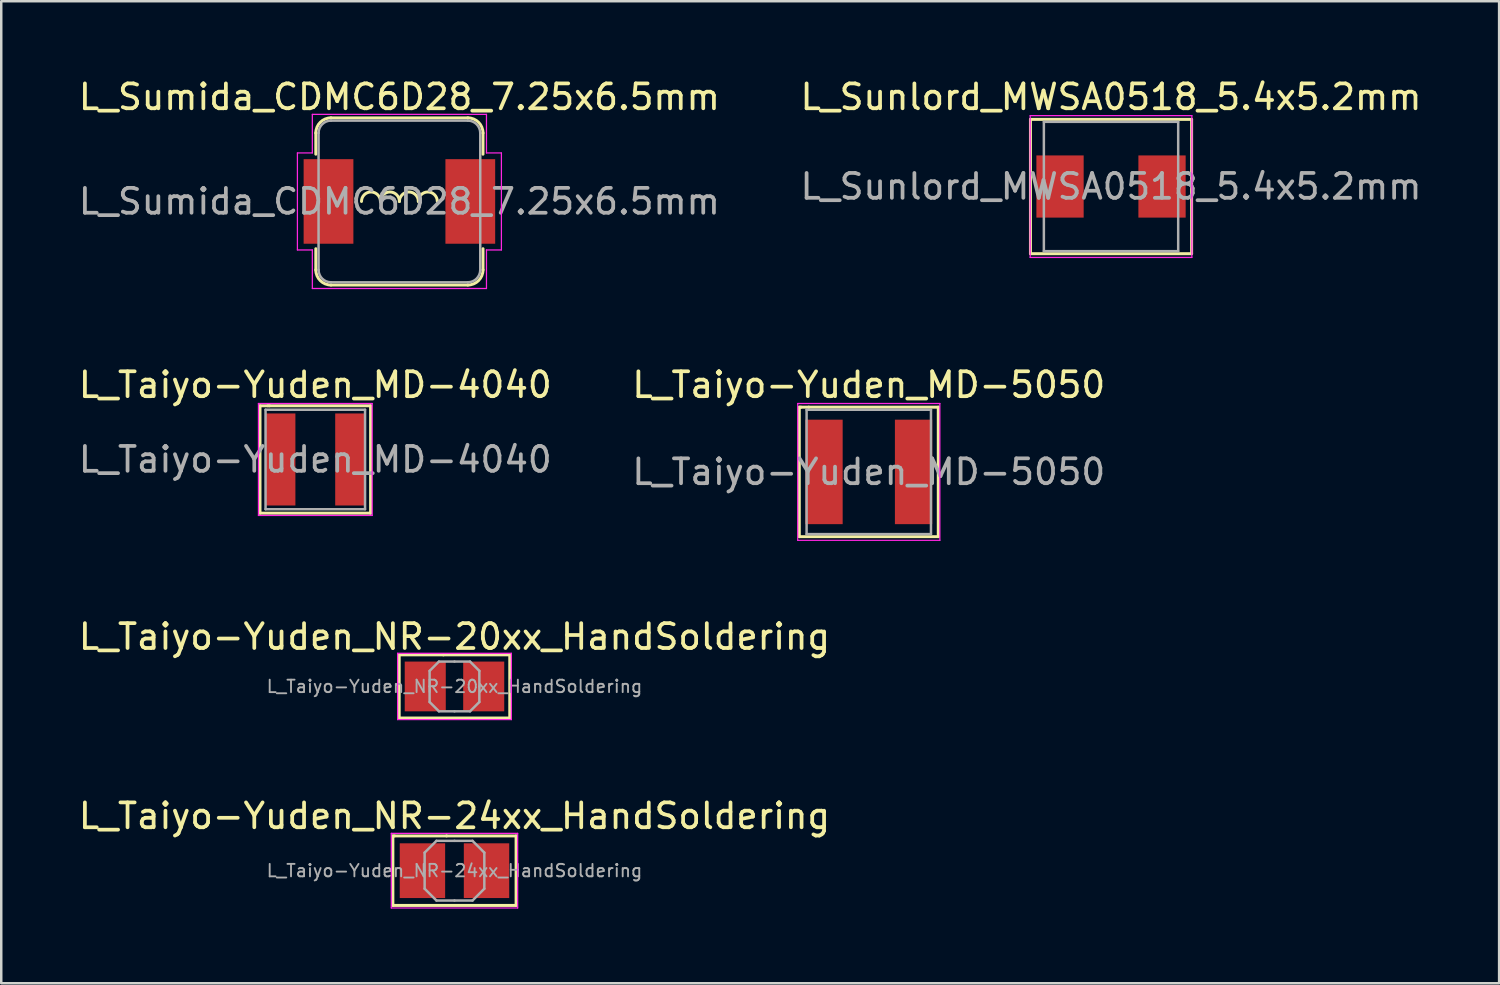
<source format=kicad_pcb>
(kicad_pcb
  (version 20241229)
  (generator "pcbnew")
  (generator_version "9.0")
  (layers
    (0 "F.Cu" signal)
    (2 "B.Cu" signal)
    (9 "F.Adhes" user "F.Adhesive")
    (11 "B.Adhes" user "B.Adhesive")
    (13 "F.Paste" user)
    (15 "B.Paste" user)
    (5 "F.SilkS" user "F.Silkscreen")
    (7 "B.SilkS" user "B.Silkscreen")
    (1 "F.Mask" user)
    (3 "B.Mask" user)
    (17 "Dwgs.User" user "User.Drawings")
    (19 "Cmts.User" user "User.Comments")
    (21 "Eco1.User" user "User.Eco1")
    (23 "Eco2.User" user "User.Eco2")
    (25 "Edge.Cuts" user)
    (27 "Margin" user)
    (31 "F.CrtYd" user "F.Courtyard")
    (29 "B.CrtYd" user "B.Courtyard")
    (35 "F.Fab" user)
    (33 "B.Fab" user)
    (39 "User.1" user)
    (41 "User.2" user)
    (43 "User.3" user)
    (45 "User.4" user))
  (footprint "L_Taiyo-Yuden_MD-4040"
    (layer "F.Cu")
    (at 9.625 15.421)
    (property "Reference" "L_Taiyo-Yuden_MD-4040" (at 0 -3 0) (layer "F.SilkS") (effects (font (size 1 1) (thickness 0.15))))
    (attr smd)
    (fp_line (start -2.223 -2.159) (end -2.223 2.159) (stroke (width 0.12) (type solid)) (layer "F.SilkS"))
    (fp_line (start -2.223 2.159) (end 2.223 2.159) (stroke (width 0.12) (type solid)) (layer "F.SilkS"))
    (fp_line (start -1.905 -2.159) (end -2.223 -2.159) (stroke (width 0.12) (type solid)) (layer "F.SilkS"))
    (fp_line (start -1.841 -2.159) (end -1.905 -2.159) (stroke (width 0.12) (type solid)) (layer "F.SilkS"))
    (fp_line (start 2.223 -2.159) (end -1.841 -2.159) (stroke (width 0.12) (type solid)) (layer "F.SilkS"))
    (fp_line (start 2.223 2.159) (end 2.223 -2.159) (stroke (width 0.12) (type solid)) (layer "F.SilkS"))
    (fp_line (start -2.286 -2.25) (end -2.286 2.25) (stroke (width 0.05) (type solid)) (layer "F.CrtYd"))
    (fp_line (start -2.286 2.25) (end 2.286 2.25) (stroke (width 0.05) (type solid)) (layer "F.CrtYd"))
    (fp_line (start 2.286 -2.25) (end -2.286 -2.25) (stroke (width 0.05) (type solid)) (layer "F.CrtYd"))
    (fp_line (start 2.286 2.25) (end 2.286 -2.25) (stroke (width 0.05) (type solid)) (layer "F.CrtYd"))
    (fp_line (start -2 -2) (end -2 2) (stroke (width 0.1) (type solid)) (layer "F.Fab"))
    (fp_line (start -2 2) (end 2 2) (stroke (width 0.1) (type solid)) (layer "F.Fab"))
    (fp_line (start 2 -2) (end -2 -2) (stroke (width 0.1) (type solid)) (layer "F.Fab"))
    (fp_line (start 2 2) (end 2 -2) (stroke (width 0.1) (type solid)) (layer "F.Fab"))
    (fp_text user "${REFERENCE}" (at 0 0 0) (layer "F.Fab") (effects (font (size 1 1) (thickness 0.15))))
    (pad "1" smd rect (at -1.4 0) (size 1.2 3.7) (layers "F.Cu" "F.Mask" "F.Paste"))
    (pad "2" smd rect (at 1.4 0) (size 1.2 3.7) (layers "F.Cu" "F.Mask" "F.Paste")))
  (footprint "L_Taiyo-Yuden_NR-24xx_HandSoldering"
    (layer "F.Cu")
    (at 15.22 31.951)
    (property "Reference" "L_Taiyo-Yuden_NR-24xx_HandSoldering" (at 0 -2.2 0) (layer "F.SilkS") (effects (font (size 1 1) (thickness 0.15))))
    (attr smd)
    (fp_line (start -2.477 -1.397) (end -2.477 1.397) (stroke (width 0.12) (type solid)) (layer "F.SilkS"))
    (fp_line (start -2.477 1.397) (end 2.477 1.397) (stroke (width 0.12) (type solid)) (layer "F.SilkS"))
    (fp_line (start -2.413 -1.397) (end -2.477 -1.397) (stroke (width 0.12) (type solid)) (layer "F.SilkS"))
    (fp_line (start -0.318 -1.397) (end -2.413 -1.397) (stroke (width 0.12) (type solid)) (layer "F.SilkS"))
    (fp_line (start 2.477 -1.397) (end -0.318 -1.397) (stroke (width 0.12) (type solid)) (layer "F.SilkS"))
    (fp_line (start 2.477 1.397) (end 2.477 -1.397) (stroke (width 0.12) (type solid)) (layer "F.SilkS"))
    (fp_line (start -2.54 -1.5) (end -2.54 1.5) (stroke (width 0.05) (type solid)) (layer "F.CrtYd"))
    (fp_line (start -2.54 1.5) (end 2.54 1.5) (stroke (width 0.05) (type solid)) (layer "F.CrtYd"))
    (fp_line (start 2.54 -1.5) (end -2.54 -1.5) (stroke (width 0.05) (type solid)) (layer "F.CrtYd"))
    (fp_line (start 2.54 1.5) (end 2.54 -1.5) (stroke (width 0.05) (type solid)) (layer "F.CrtYd"))
    (fp_line (start -1.2 -0.725) (end -0.725 -1.2) (stroke (width 0.1) (type solid)) (layer "F.Fab"))
    (fp_line (start -1.2 0) (end -1.2 -0.725) (stroke (width 0.1) (type solid)) (layer "F.Fab"))
    (fp_line (start -1.2 0) (end -1.2 0.725) (stroke (width 0.1) (type solid)) (layer "F.Fab"))
    (fp_line (start -1.2 0.725) (end -0.725 1.2) (stroke (width 0.1) (type solid)) (layer "F.Fab"))
    (fp_line (start -0.725 -1.2) (end 0 -1.2) (stroke (width 0.1) (type solid)) (layer "F.Fab"))
    (fp_line (start -0.725 1.2) (end 0 1.2) (stroke (width 0.1) (type solid)) (layer "F.Fab"))
    (fp_line (start 0.725 -1.2) (end 0 -1.2) (stroke (width 0.1) (type solid)) (layer "F.Fab"))
    (fp_line (start 0.725 1.2) (end 0 1.2) (stroke (width 0.1) (type solid)) (layer "F.Fab"))
    (fp_line (start 1.2 -0.725) (end 0.725 -1.2) (stroke (width 0.1) (type solid)) (layer "F.Fab"))
    (fp_line (start 1.2 0) (end 1.2 -0.725) (stroke (width 0.1) (type solid)) (layer "F.Fab"))
    (fp_line (start 1.2 0) (end 1.2 0.725) (stroke (width 0.1) (type solid)) (layer "F.Fab"))
    (fp_line (start 1.2 0.725) (end 0.725 1.2) (stroke (width 0.1) (type solid)) (layer "F.Fab"))
    (fp_text user "${REFERENCE}" (at 0 0 0) (layer "F.Fab") (effects (font (size 0.5 0.5) (thickness 0.075))))
    (pad "1" smd rect (at -1.288 0) (size 1.825 2.2) (layers "F.Cu" "F.Mask" "F.Paste"))
    (pad "2" smd rect (at 1.288 0) (size 1.825 2.2) (layers "F.Cu" "F.Mask" "F.Paste")))
  (footprint "L_Taiyo-Yuden_MD-5050"
    (layer "F.Cu")
    (at 31.875 15.921)
    (property "Reference" "L_Taiyo-Yuden_MD-5050" (at 0 -3.5 0) (layer "F.SilkS") (effects (font (size 1 1) (thickness 0.15))))
    (attr smd)
    (fp_line (start -2.794 -2.603) (end -2.794 2.603) (stroke (width 0.12) (type solid)) (layer "F.SilkS"))
    (fp_line (start -2.794 2.603) (end 2.794 2.603) (stroke (width 0.12) (type solid)) (layer "F.SilkS"))
    (fp_line (start -2.731 -2.603) (end -2.794 -2.603) (stroke (width 0.12) (type solid)) (layer "F.SilkS"))
    (fp_line (start -2.413 -2.603) (end -2.731 -2.603) (stroke (width 0.12) (type solid)) (layer "F.SilkS"))
    (fp_line (start 2.794 -2.603) (end -2.413 -2.603) (stroke (width 0.12) (type solid)) (layer "F.SilkS"))
    (fp_line (start 2.794 2.603) (end 2.794 -2.603) (stroke (width 0.12) (type solid)) (layer "F.SilkS"))
    (fp_line (start -2.857 -2.75) (end -2.857 2.75) (stroke (width 0.05) (type solid)) (layer "F.CrtYd"))
    (fp_line (start -2.857 2.75) (end 2.857 2.75) (stroke (width 0.05) (type solid)) (layer "F.CrtYd"))
    (fp_line (start 2.857 -2.75) (end -2.857 -2.75) (stroke (width 0.05) (type solid)) (layer "F.CrtYd"))
    (fp_line (start 2.857 2.75) (end 2.857 -2.75) (stroke (width 0.05) (type solid)) (layer "F.CrtYd"))
    (fp_line (start -2.5 -2.5) (end -2.5 2.5) (stroke (width 0.1) (type solid)) (layer "F.Fab"))
    (fp_line (start -2.5 2.5) (end 2.5 2.5) (stroke (width 0.1) (type solid)) (layer "F.Fab"))
    (fp_line (start 2.5 -2.5) (end -2.5 -2.5) (stroke (width 0.1) (type solid)) (layer "F.Fab"))
    (fp_line (start 2.5 2.5) (end 2.5 -2.5) (stroke (width 0.1) (type solid)) (layer "F.Fab"))
    (fp_text user "${REFERENCE}" (at 0 0 0) (layer "F.Fab") (effects (font (size 1 1) (thickness 0.15))))
    (pad "1" smd rect (at -1.8 0) (size 1.5 4.2) (layers "F.Cu" "F.Mask" "F.Paste"))
    (pad "2" smd rect (at 1.8 0) (size 1.5 4.2) (layers "F.Cu" "F.Mask" "F.Paste")))
  (footprint "L_Sumida_CDMC6D28_7.25x6.5mm"
    (layer "F.Cu")
    (at 13.006 5.048)
    (property "Reference" "L_Sumida_CDMC6D28_7.25x6.5mm" (at 0 -4.2 0) (layer "F.SilkS") (effects (font (size 1 1) (thickness 0.15))))
    (attr smd)
    (fp_line (start -3.36 -1.9) (end -3.36 -2.75) (stroke (width 0.12) (type solid)) (layer "F.SilkS"))
    (fp_line (start -3.36 2.75) (end -3.36 1.9) (stroke (width 0.12) (type solid)) (layer "F.SilkS"))
    (fp_line (start -2.75 -3.36) (end 2.75 -3.36) (stroke (width 0.12) (type solid)) (layer "F.SilkS"))
    (fp_line (start 2.75 3.36) (end -2.75 3.36) (stroke (width 0.12) (type solid)) (layer "F.SilkS"))
    (fp_line (start 3.36 -2.75) (end 3.36 -1.9) (stroke (width 0.12) (type solid)) (layer "F.SilkS"))
    (fp_line (start 3.36 1.9) (end 3.36 2.75) (stroke (width 0.12) (type solid)) (layer "F.SilkS"))
    (fp_arc (start -3.36 -2.75) (mid -3.181335 -3.181335) (end -2.75 -3.36) (stroke (width 0.12) (type solid)) (layer "F.SilkS"))
    (fp_arc (start -2.75 3.36) (mid -3.181335 3.181335) (end -3.36 2.75) (stroke (width 0.12) (type solid)) (layer "F.SilkS"))
    (fp_arc (start -1.524 0) (mid -1.143 -0.381) (end -0.762 0) (stroke (width 0.12) (type solid)) (layer "F.SilkS"))
    (fp_arc (start -0.762 0) (mid -0.381 -0.381) (end 0 0) (stroke (width 0.12) (type solid)) (layer "F.SilkS"))
    (fp_arc (start 0 0) (mid 0.381 -0.381) (end 0.762 0) (stroke (width 0.12) (type solid)) (layer "F.SilkS"))
    (fp_arc (start 0.762 0) (mid 1.143 -0.381) (end 1.524 0) (stroke (width 0.12) (type solid)) (layer "F.SilkS"))
    (fp_arc (start 2.75 -3.36) (mid 3.181335 -3.181335) (end 3.36 -2.75) (stroke (width 0.12) (type solid)) (layer "F.SilkS"))
    (fp_arc (start 3.36 2.75) (mid 3.181335 3.181335) (end 2.75 3.36) (stroke (width 0.12) (type solid)) (layer "F.SilkS"))
    (fp_line (start -4.1 -1.95) (end -3.5 -1.95) (stroke (width 0.05) (type solid)) (layer "F.CrtYd"))
    (fp_line (start -4.1 1.95) (end -4.1 -1.95) (stroke (width 0.05) (type solid)) (layer "F.CrtYd"))
    (fp_line (start -3.5 -3.5) (end 3.5 -3.5) (stroke (width 0.05) (type solid)) (layer "F.CrtYd"))
    (fp_line (start -3.5 -1.95) (end -3.5 -3.5) (stroke (width 0.05) (type solid)) (layer "F.CrtYd"))
    (fp_line (start -3.5 1.95) (end -4.1 1.95) (stroke (width 0.05) (type solid)) (layer "F.CrtYd"))
    (fp_line (start -3.5 3.5) (end -3.5 1.95) (stroke (width 0.05) (type solid)) (layer "F.CrtYd"))
    (fp_line (start 3.5 -3.5) (end 3.5 -1.95) (stroke (width 0.05) (type solid)) (layer "F.CrtYd"))
    (fp_line (start 3.5 -1.95) (end 4.1 -1.95) (stroke (width 0.05) (type solid)) (layer "F.CrtYd"))
    (fp_line (start 3.5 1.95) (end 3.5 3.5) (stroke (width 0.05) (type solid)) (layer "F.CrtYd"))
    (fp_line (start 3.5 3.5) (end -3.5 3.5) (stroke (width 0.05) (type solid)) (layer "F.CrtYd"))
    (fp_line (start 4.1 -1.95) (end 4.1 1.95) (stroke (width 0.05) (type solid)) (layer "F.CrtYd"))
    (fp_line (start 4.1 1.95) (end 3.5 1.95) (stroke (width 0.05) (type solid)) (layer "F.CrtYd"))
    (fp_line (start -3.25 2.75) (end -3.25 -2.75) (stroke (width 0.1) (type solid)) (layer "F.Fab"))
    (fp_line (start -2.75 -3.25) (end 2.75 -3.25) (stroke (width 0.1) (type solid)) (layer "F.Fab"))
    (fp_line (start 2.75 3.25) (end -2.75 3.25) (stroke (width 0.1) (type solid)) (layer "F.Fab"))
    (fp_line (start 3.25 -2.75) (end 3.25 2.75) (stroke (width 0.1) (type solid)) (layer "F.Fab"))
    (fp_arc (start -3.25 -2.75) (mid -3.103553 -3.103553) (end -2.75 -3.25) (stroke (width 0.1) (type solid)) (layer "F.Fab"))
    (fp_arc (start -2.75 3.25) (mid -3.103553 3.103553) (end -3.25 2.75) (stroke (width 0.1) (type solid)) (layer "F.Fab"))
    (fp_arc (start 2.75 -3.25) (mid 3.103553 -3.103553) (end 3.25 -2.75) (stroke (width 0.1) (type solid)) (layer "F.Fab"))
    (fp_arc (start 3.25 2.75) (mid 3.103553 3.103553) (end 2.75 3.25) (stroke (width 0.1) (type solid)) (layer "F.Fab"))
    (fp_text user "${REFERENCE}" (at 0 0 0) (layer "F.Fab") (effects (font (size 1 1) (thickness 0.15))))
    (pad "1" smd rect (at -2.85 0) (size 2 3.4) (layers "F.Cu" "F.Mask" "F.Paste"))
    (pad "2" smd rect (at 2.85 0) (size 2 3.4) (layers "F.Cu" "F.Mask" "F.Paste")))
  (footprint "L_Sunlord_MWSA0518_5.4x5.2mm"
    (layer "F.Cu")
    (at 41.613 4.448)
    (property "Reference" "L_Sunlord_MWSA0518_5.4x5.2mm" (at 0 -3.6 0) (layer "F.SilkS") (effects (font (size 1 1) (thickness 0.15))))
    (attr smd)
    (fp_line (start -3.239 -2.7) (end -3.239 2.7) (stroke (width 0.12) (type solid)) (layer "F.SilkS"))
    (fp_line (start -3.239 -2.7) (end 3.239 -2.7) (stroke (width 0.12) (type solid)) (layer "F.SilkS"))
    (fp_line (start -3.239 2.7) (end 3.239 2.7) (stroke (width 0.12) (type solid)) (layer "F.SilkS"))
    (fp_line (start 3.239 -2.7) (end 3.239 2.7) (stroke (width 0.12) (type solid)) (layer "F.SilkS"))
    (fp_line (start -3.25 -2.85) (end 3.25 -2.85) (stroke (width 0.05) (type solid)) (layer "F.CrtYd"))
    (fp_line (start -3.25 2.85) (end -3.25 -2.85) (stroke (width 0.05) (type solid)) (layer "F.CrtYd"))
    (fp_line (start 3.25 -2.85) (end 3.25 2.85) (stroke (width 0.05) (type solid)) (layer "F.CrtYd"))
    (fp_line (start 3.25 2.85) (end -3.25 2.85) (stroke (width 0.05) (type solid)) (layer "F.CrtYd"))
    (fp_line (start -2.7 -2.6) (end 2.7 -2.6) (stroke (width 0.1) (type solid)) (layer "F.Fab"))
    (fp_line (start -2.7 2.6) (end -2.7 -2.6) (stroke (width 0.1) (type solid)) (layer "F.Fab"))
    (fp_line (start 2.7 -2.6) (end 2.7 2.6) (stroke (width 0.1) (type solid)) (layer "F.Fab"))
    (fp_line (start 2.7 2.6) (end -2.7 2.6) (stroke (width 0.1) (type solid)) (layer "F.Fab"))
    (fp_text user "${REFERENCE}" (at 0 0 0) (layer "F.Fab") (effects (font (size 1 1) (thickness 0.15))))
    (pad "1" smd rect (at -2.05 0) (size 1.9 2.5) (layers "F.Cu" "F.Mask" "F.Paste"))
    (pad "2" smd rect (at 2.05 0) (size 1.9 2.5) (layers "F.Cu" "F.Mask" "F.Paste")))
  (footprint "L_Taiyo-Yuden_NR-20xx_HandSoldering"
    (layer "F.Cu")
    (at 15.22 24.545)
    (property "Reference" "L_Taiyo-Yuden_NR-20xx_HandSoldering" (at 0 -2 0) (layer "F.SilkS") (effects (font (size 1 1) (thickness 0.15))))
    (attr smd)
    (fp_line (start -2.223 -1.27) (end -2.223 1.27) (stroke (width 0.12) (type solid)) (layer "F.SilkS"))
    (fp_line (start -2.223 1.27) (end 2.223 1.27) (stroke (width 0.12) (type solid)) (layer "F.SilkS"))
    (fp_line (start -0.445 -1.27) (end -2.223 -1.27) (stroke (width 0.12) (type solid)) (layer "F.SilkS"))
    (fp_line (start 2.223 -1.27) (end -0.445 -1.27) (stroke (width 0.12) (type solid)) (layer "F.SilkS"))
    (fp_line (start 2.223 1.27) (end 2.223 -1.27) (stroke (width 0.12) (type solid)) (layer "F.SilkS"))
    (fp_line (start -2.286 -1.333) (end -2.286 1.333) (stroke (width 0.05) (type solid)) (layer "F.CrtYd"))
    (fp_line (start -2.286 1.333) (end 2.286 1.333) (stroke (width 0.05) (type solid)) (layer "F.CrtYd"))
    (fp_line (start 2.286 -1.333) (end -2.286 -1.333) (stroke (width 0.05) (type solid)) (layer "F.CrtYd"))
    (fp_line (start 2.286 1.333) (end 2.286 -1.333) (stroke (width 0.05) (type solid)) (layer "F.CrtYd"))
    (fp_line (start -1 -0.625) (end -0.625 -1) (stroke (width 0.1) (type solid)) (layer "F.Fab"))
    (fp_line (start -1 0) (end -1 -0.625) (stroke (width 0.1) (type solid)) (layer "F.Fab"))
    (fp_line (start -1 0) (end -1 0.625) (stroke (width 0.1) (type solid)) (layer "F.Fab"))
    (fp_line (start -1 0.625) (end -0.625 1) (stroke (width 0.1) (type solid)) (layer "F.Fab"))
    (fp_line (start -0.625 -1) (end 0 -1) (stroke (width 0.1) (type solid)) (layer "F.Fab"))
    (fp_line (start -0.625 1) (end 0 1) (stroke (width 0.1) (type solid)) (layer "F.Fab"))
    (fp_line (start 0.625 -1) (end 0 -1) (stroke (width 0.1) (type solid)) (layer "F.Fab"))
    (fp_line (start 0.625 1) (end 0 1) (stroke (width 0.1) (type solid)) (layer "F.Fab"))
    (fp_line (start 1 -0.625) (end 0.625 -1) (stroke (width 0.1) (type solid)) (layer "F.Fab"))
    (fp_line (start 1 0) (end 1 -0.625) (stroke (width 0.1) (type solid)) (layer "F.Fab"))
    (fp_line (start 1 0) (end 1 0.625) (stroke (width 0.1) (type solid)) (layer "F.Fab"))
    (fp_line (start 1 0.625) (end 0.625 1) (stroke (width 0.1) (type solid)) (layer "F.Fab"))
    (fp_text user "${REFERENCE}" (at 0 0 0) (layer "F.Fab") (effects (font (size 0.5 0.5) (thickness 0.075))))
    (pad "1" smd rect (at -1.175 0) (size 1.65 2) (layers "F.Cu" "F.Mask" "F.Paste"))
    (pad "2" smd rect (at 1.175 0) (size 1.65 2) (layers "F.Cu" "F.Mask" "F.Paste")))
  (gr_rect
    (start -3 -3)
    (end 57.214 36.477)
    (stroke (width 0.1) (type default))
    (fill no)
    (layer "Edge.Cuts")))
</source>
